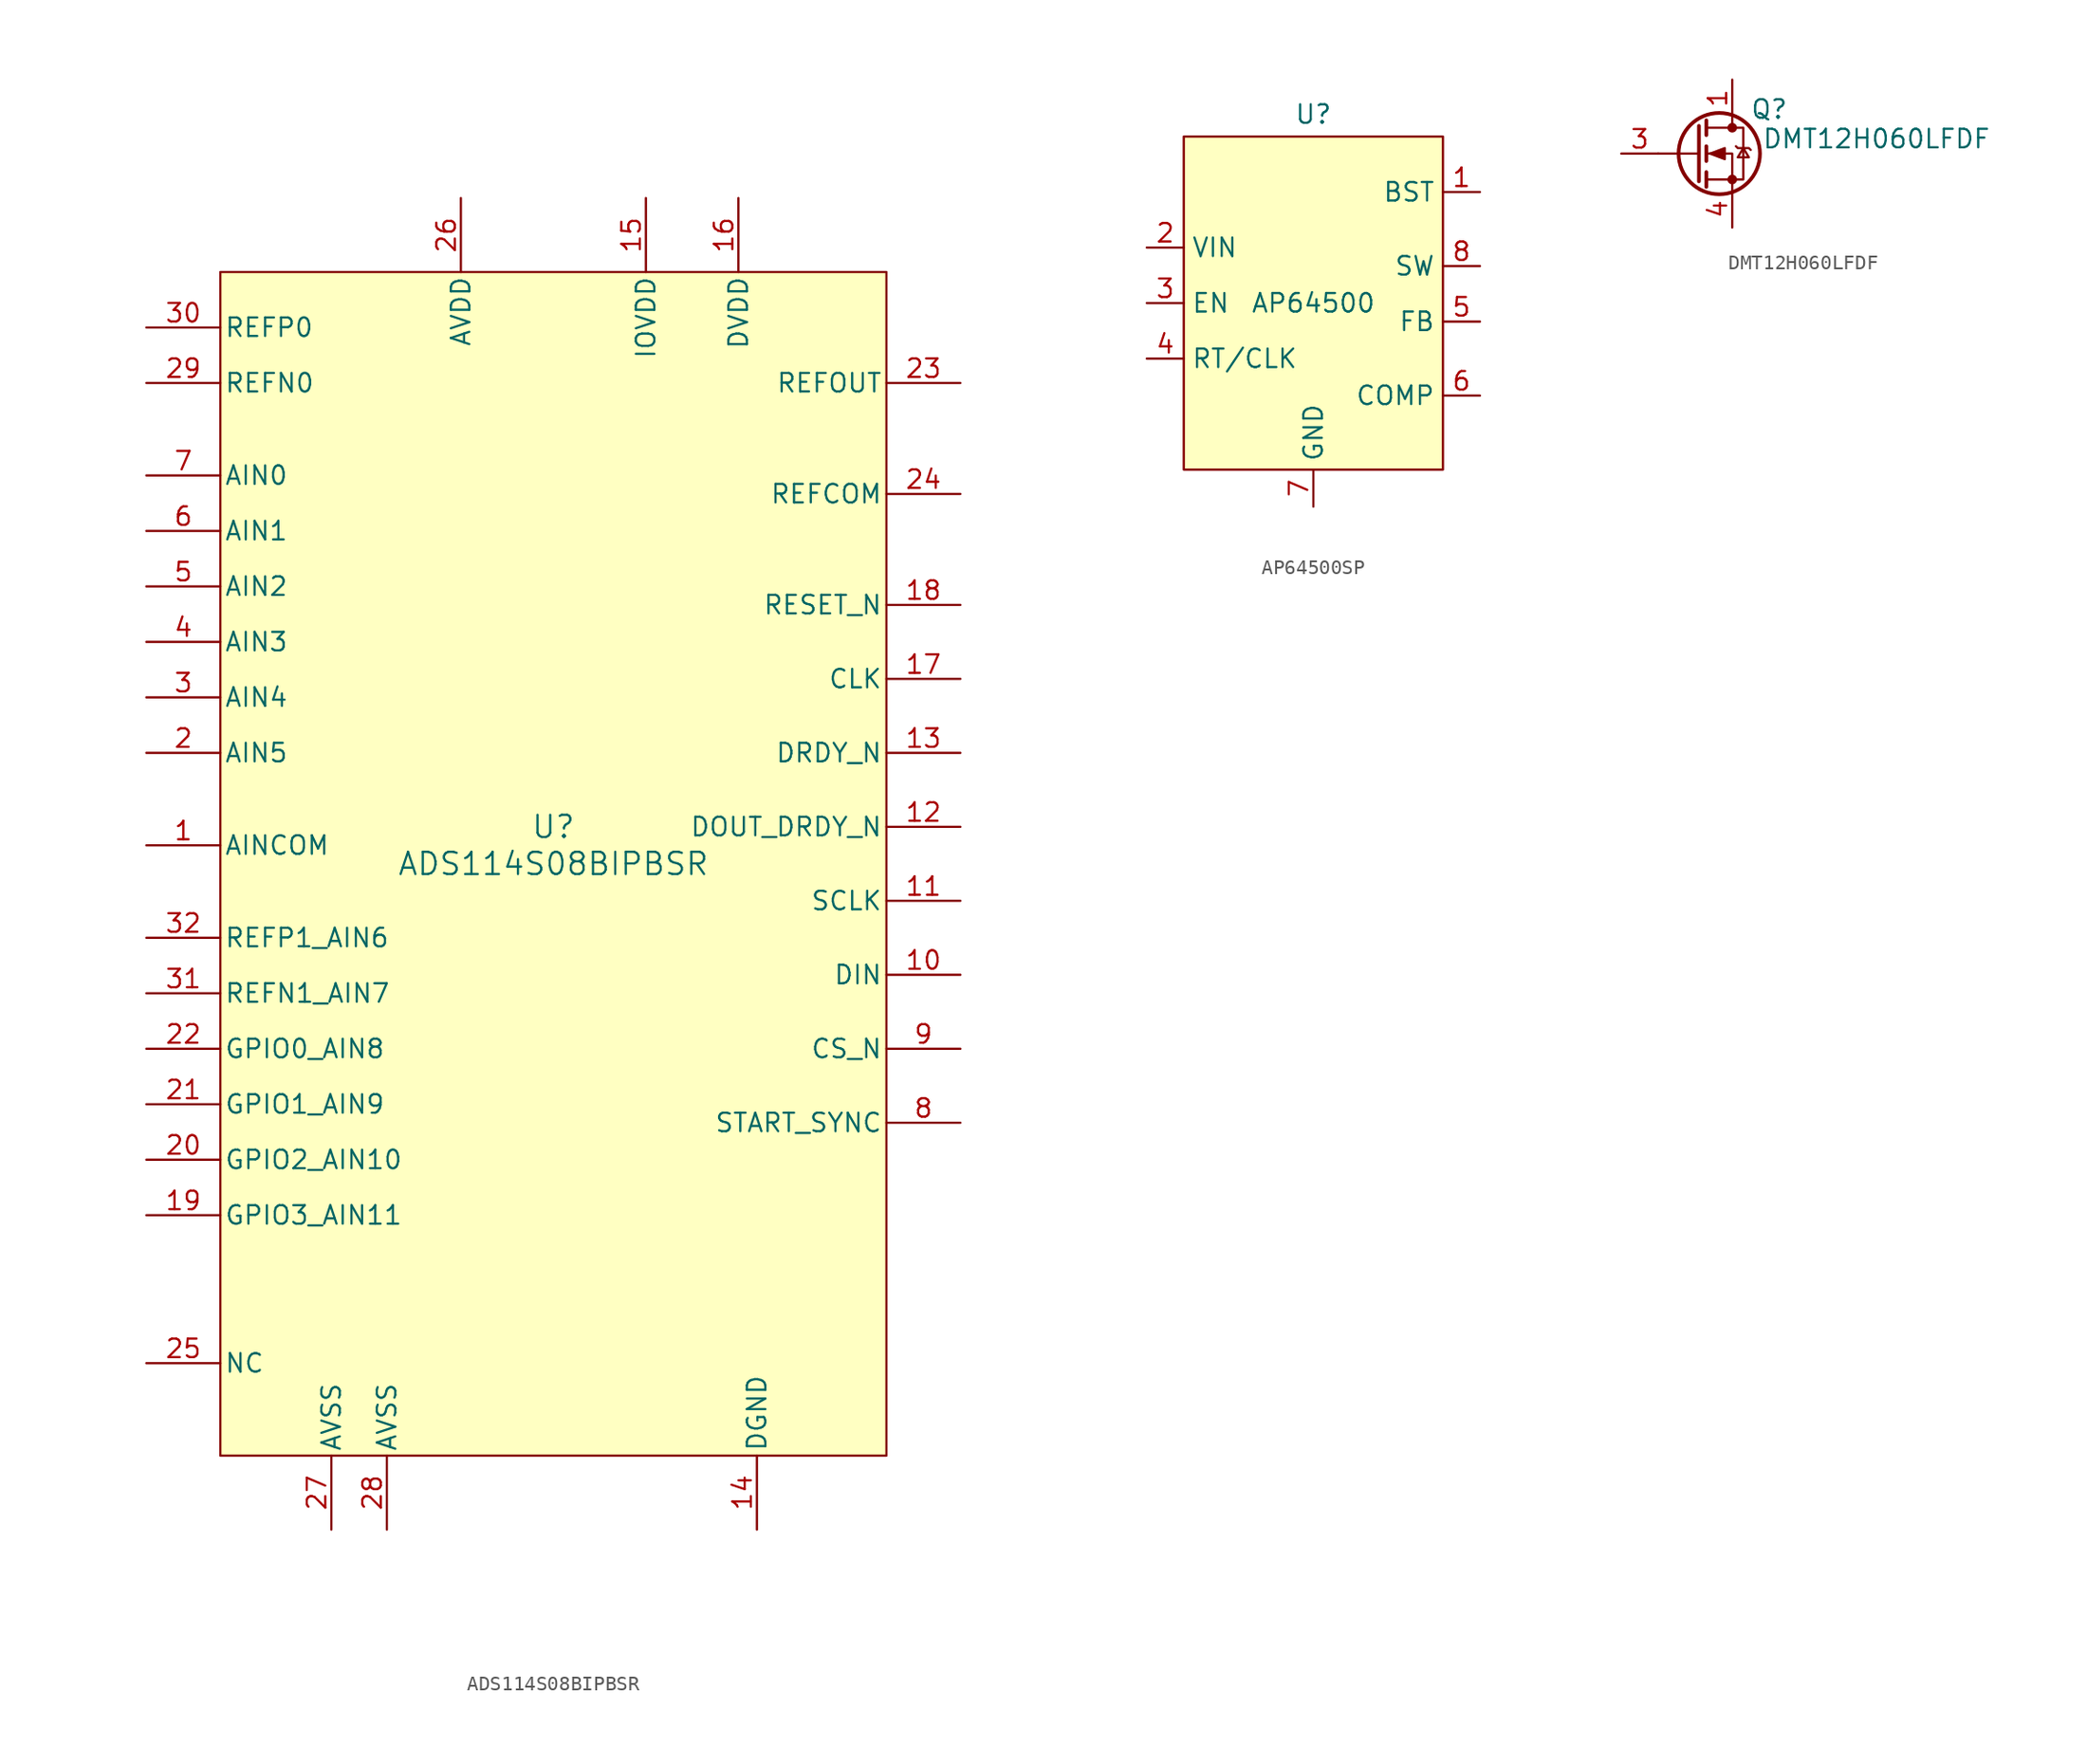
<source format=kicad_sym>
(kicad_symbol_lib
  (version 20241209)
  (generator "kicad_symbol_editor")
  (generator_version "9.0")
  (symbol "ADS114S08BIPBSR"
    (pin_names
      (offset 0.254))
    (property "Reference" "U"
      (at 0 2.54 0)
      (effects (font (size 1.524 1.524))))
    (property "Value" "ADS114S08BIPBSR"
      (at 0 0 0)
      (effects (font (size 1.524 1.524))))
    (property "ki_locked" ""
      (at 0 0 0)
      (effects (font (size 1.27 1.27))))
    (symbol "ADS114S08BIPBSR_0_1"
      (pin input line (at -27.94 36.83 0) (length 5.08) (name "REFP0" (effects (font (size 1.27 1.27)))) (number "30" (effects (font (size 1.27 1.27)))))
      (pin input line (at -27.94 33.02 0) (length 5.08) (name "REFN0" (effects (font (size 1.27 1.27)))) (number "29" (effects (font (size 1.27 1.27)))))
      (pin input line (at -27.94 26.67 0) (length 5.08) (name "AIN0" (effects (font (size 1.27 1.27)))) (number "7" (effects (font (size 1.27 1.27)))))
      (pin input line (at -27.94 22.86 0) (length 5.08) (name "AIN1" (effects (font (size 1.27 1.27)))) (number "6" (effects (font (size 1.27 1.27)))))
      (pin input line (at -27.94 19.05 0) (length 5.08) (name "AIN2" (effects (font (size 1.27 1.27)))) (number "5" (effects (font (size 1.27 1.27)))))
      (pin input line (at -27.94 15.24 0) (length 5.08) (name "AIN3" (effects (font (size 1.27 1.27)))) (number "4" (effects (font (size 1.27 1.27)))))
      (pin input line (at -27.94 11.43 0) (length 5.08) (name "AIN4" (effects (font (size 1.27 1.27)))) (number "3" (effects (font (size 1.27 1.27)))))
      (pin input line (at -27.94 7.62 0) (length 5.08) (name "AIN5" (effects (font (size 1.27 1.27)))) (number "2" (effects (font (size 1.27 1.27)))))
      (pin input line (at -27.94 1.27 0) (length 5.08) (name "AINCOM" (effects (font (size 1.27 1.27)))) (number "1" (effects (font (size 1.27 1.27)))))
      (pin input line (at -27.94 -5.08 0) (length 5.08) (name "REFP1_AIN6" (effects (font (size 1.27 1.27)))) (number "32" (effects (font (size 1.27 1.27)))))
      (pin input line (at -27.94 -8.89 0) (length 5.08) (name "REFN1_AIN7" (effects (font (size 1.27 1.27)))) (number "31" (effects (font (size 1.27 1.27)))))
      (pin bidirectional line (at -27.94 -12.7 0) (length 5.08) (name "GPIO0_AIN8" (effects (font (size 1.27 1.27)))) (number "22" (effects (font (size 1.27 1.27)))))
      (pin bidirectional line (at -27.94 -16.51 0) (length 5.08) (name "GPIO1_AIN9" (effects (font (size 1.27 1.27)))) (number "21" (effects (font (size 1.27 1.27)))))
      (pin bidirectional line (at -27.94 -20.32 0) (length 5.08) (name "GPIO2_AIN10" (effects (font (size 1.27 1.27)))) (number "20" (effects (font (size 1.27 1.27)))))
      (pin bidirectional line (at -27.94 -24.13 0) (length 5.08) (name "GPIO3_AIN11" (effects (font (size 1.27 1.27)))) (number "19" (effects (font (size 1.27 1.27)))))
      (pin unspecified line (at -27.94 -34.29 0) (length 5.08) (name "NC" (effects (font (size 1.27 1.27)))) (number "25" (effects (font (size 1.27 1.27)))))
      (pin power_in line (at -15.24 -45.72 90) (length 5.08) (name "AVSS" (effects (font (size 1.27 1.27)))) (number "27" (effects (font (size 1.27 1.27)))))
      (pin power_in line (at -11.43 -45.72 90) (length 5.08) (name "AVSS" (effects (font (size 1.27 1.27)))) (number "28" (effects (font (size 1.27 1.27)))))
      (pin power_in line (at -6.35 45.72 270) (length 5.08) (name "AVDD" (effects (font (size 1.27 1.27)))) (number "26" (effects (font (size 1.27 1.27)))))
      (pin power_in line (at 6.35 45.72 270) (length 5.08) (name "IOVDD" (effects (font (size 1.27 1.27)))) (number "15" (effects (font (size 1.27 1.27)))))
      (pin power_in line (at 12.7 45.72 270) (length 5.08) (name "DVDD" (effects (font (size 1.27 1.27)))) (number "16" (effects (font (size 1.27 1.27)))))
      (pin power_in line (at 13.97 -45.72 90) (length 5.08) (name "DGND" (effects (font (size 1.27 1.27)))) (number "14" (effects (font (size 1.27 1.27)))))
      (pin power_in line (at 27.94 33.02 180) (length 5.08) (name "REFOUT" (effects (font (size 1.27 1.27)))) (number "23" (effects (font (size 1.27 1.27)))))
      (pin power_in line (at 27.94 25.4 180) (length 5.08) (name "REFCOM" (effects (font (size 1.27 1.27)))) (number "24" (effects (font (size 1.27 1.27)))))
      (pin input line (at 27.94 17.78 180) (length 5.08) (name "RESET_N" (effects (font (size 1.27 1.27)))) (number "18" (effects (font (size 1.27 1.27)))))
      (pin input line (at 27.94 12.7 180) (length 5.08) (name "CLK" (effects (font (size 1.27 1.27)))) (number "17" (effects (font (size 1.27 1.27)))))
      (pin output line (at 27.94 7.62 180) (length 5.08) (name "DRDY_N" (effects (font (size 1.27 1.27)))) (number "13" (effects (font (size 1.27 1.27)))))
      (pin output line (at 27.94 2.54 180) (length 5.08) (name "DOUT_DRDY_N" (effects (font (size 1.27 1.27)))) (number "12" (effects (font (size 1.27 1.27)))))
      (pin input line (at 27.94 -2.54 180) (length 5.08) (name "SCLK" (effects (font (size 1.27 1.27)))) (number "11" (effects (font (size 1.27 1.27)))))
      (pin input line (at 27.94 -7.62 180) (length 5.08) (name "DIN" (effects (font (size 1.27 1.27)))) (number "10" (effects (font (size 1.27 1.27)))))
      (pin input line (at 27.94 -12.7 180) (length 5.08) (name "CS_N" (effects (font (size 1.27 1.27)))) (number "9" (effects (font (size 1.27 1.27)))))
      (pin input line (at 27.94 -17.78 180) (length 5.08) (name "START_SYNC" (effects (font (size 1.27 1.27)))) (number "8" (effects (font (size 1.27 1.27))))))
    (symbol "ADS114S08BIPBSR_1_1"
      (rectangle (start -22.86 40.64) (end 22.86 -40.64) (stroke (width 0) (type solid)) (fill (type background)))))
  (symbol "AP64500SP"
    (property "Reference" "U"
      (at 0 12.954 0)
      (effects (font (size 1.27 1.27))))
    (property "Value" "AP64500"
      (at 0 0 0)
      (effects (font (size 1.27 1.27))))
    (symbol "AP64500SP_1_1"
      (rectangle (start -8.89 11.43) (end 8.89 -11.43) (stroke (width 0) (type solid)) (fill (type background)))
      (pin power_in line (at -11.43 3.81 0) (length 2.54) (name "VIN" (effects (font (size 1.27 1.27)))) (number "2" (effects (font (size 1.27 1.27)))))
      (pin input line (at -11.43 0 0) (length 2.54) (name "EN" (effects (font (size 1.27 1.27)))) (number "3" (effects (font (size 1.27 1.27)))))
      (pin input line (at -11.43 -3.81 0) (length 2.54) (name "RT/CLK" (effects (font (size 1.27 1.27)))) (number "4" (effects (font (size 1.27 1.27)))))
      (pin power_in line (at 0 -13.97 90) (length 2.54) (name "GND" (effects (font (size 1.27 1.27)))) (number "7" (effects (font (size 1.27 1.27)))))
      (pin power_in line (at 0 -13.97 90) (length 2.54) (hide yes) (name "GND" (effects (font (size 1.27 1.27)))) (number "9" (effects (font (size 1.27 1.27)))))
      (pin input line (at 11.43 7.62 180) (length 2.54) (name "BST" (effects (font (size 1.27 1.27)))) (number "1" (effects (font (size 1.27 1.27)))))
      (pin power_out line (at 11.43 2.54 180) (length 2.54) (name "SW" (effects (font (size 1.27 1.27)))) (number "8" (effects (font (size 1.27 1.27)))))
      (pin input line (at 11.43 -1.27 180) (length 2.54) (name "FB" (effects (font (size 1.27 1.27)))) (number "5" (effects (font (size 1.27 1.27)))))
      (pin input line (at 11.43 -6.35 180) (length 2.54) (name "COMP" (effects (font (size 1.27 1.27)))) (number "6" (effects (font (size 1.27 1.27)))))))
  (symbol "DMT12H060LFDF"
    (property "Reference" "Q"
      (at 2.54 3.048 0)
      (effects (font (size 1.27 1.27))))
    (property "Value" "DMT12H060LFDF"
      (at 9.906 1.016 0)
      (effects (font (size 1.27 1.27))))
    (symbol "DMT12H060LFDF_0_1"
      (polyline (pts (xy -2.286 1.905) (xy -2.286 -1.905)) (stroke (width 0.254) (type default)) (fill (type none)))
      (polyline (pts (xy -2.286 0) (xy -5.08 0)) (stroke (width 0) (type default)) (fill (type none)))
      (polyline (pts (xy -1.778 2.286) (xy -1.778 1.27)) (stroke (width 0.254) (type default)) (fill (type none)))
      (polyline (pts (xy -1.778 0.508) (xy -1.778 -0.508)) (stroke (width 0.254) (type default)) (fill (type none)))
      (polyline (pts (xy -1.778 -1.27) (xy -1.778 -2.286)) (stroke (width 0.254) (type default)) (fill (type none)))
      (polyline (pts (xy -1.778 -1.778) (xy 0.762 -1.778) (xy 0.762 1.778) (xy -1.778 1.778)) (stroke (width 0) (type default)) (fill (type none)))
      (polyline (pts (xy -1.524 0) (xy -0.508 0.381) (xy -0.508 -0.381) (xy -1.524 0)) (stroke (width 0) (type default)) (fill (type outline)))
      (circle (center -0.889 0) (radius 2.794) (stroke (width 0.254) (type default)) (fill (type none)))
      (polyline (pts (xy 0 2.54) (xy 0 1.778)) (stroke (width 0) (type default)) (fill (type none)))
      (circle (center 0 1.778) (radius 0.254) (stroke (width 0) (type default)) (fill (type outline)))
      (circle (center 0 -1.778) (radius 0.254) (stroke (width 0) (type default)) (fill (type outline)))
      (polyline (pts (xy 0 -2.54) (xy 0 0) (xy -1.778 0)) (stroke (width 0) (type default)) (fill (type none)))
      (polyline (pts (xy 0.254 0.508) (xy 0.381 0.381) (xy 1.143 0.381) (xy 1.27 0.254)) (stroke (width 0) (type default)) (fill (type none)))
      (polyline (pts (xy 0.762 0.381) (xy 0.381 -0.254) (xy 1.143 -0.254) (xy 0.762 0.381)) (stroke (width 0) (type default)) (fill (type none))))
    (symbol "DMT12H060LFDF_1_1"
      (pin passive line (at -7.62 0 0) (length 2.54) (name "~" (effects (font (size 1.27 1.27)))) (number "3" (effects (font (size 1.27 1.27)))))
      (pin passive line (at 0 5.08 270) (length 2.54) (name "~" (effects (font (size 1.27 1.27)))) (number "1" (effects (font (size 1.27 1.27)))))
      (pin passive line (at 0 5.08 270) (length 2.54) (hide yes) (name "D" (effects (font (size 1.27 1.27)))) (number "2" (effects (font (size 1.27 1.27)))))
      (pin passive line (at 0 5.08 270) (length 2.54) (hide yes) (name "D" (effects (font (size 1.27 1.27)))) (number "5" (effects (font (size 1.27 1.27)))))
      (pin passive line (at 0 5.08 270) (length 2.54) (hide yes) (name "D" (effects (font (size 1.27 1.27)))) (number "6" (effects (font (size 1.27 1.27)))))
      (pin passive line (at 0 5.08 270) (length 2.54) (hide yes) (name "D" (effects (font (size 1.27 1.27)))) (number "7" (effects (font (size 1.27 1.27)))))
      (pin passive line (at 0 -5.08 90) (length 2.54) (name "~" (effects (font (size 1.27 1.27)))) (number "4" (effects (font (size 1.27 1.27)))))
      (pin passive line (at 0 -5.08 90) (length 2.54) (hide yes) (name "S" (effects (font (size 1.27 1.27)))) (number "8" (effects (font (size 1.27 1.27))))))))
</source>
